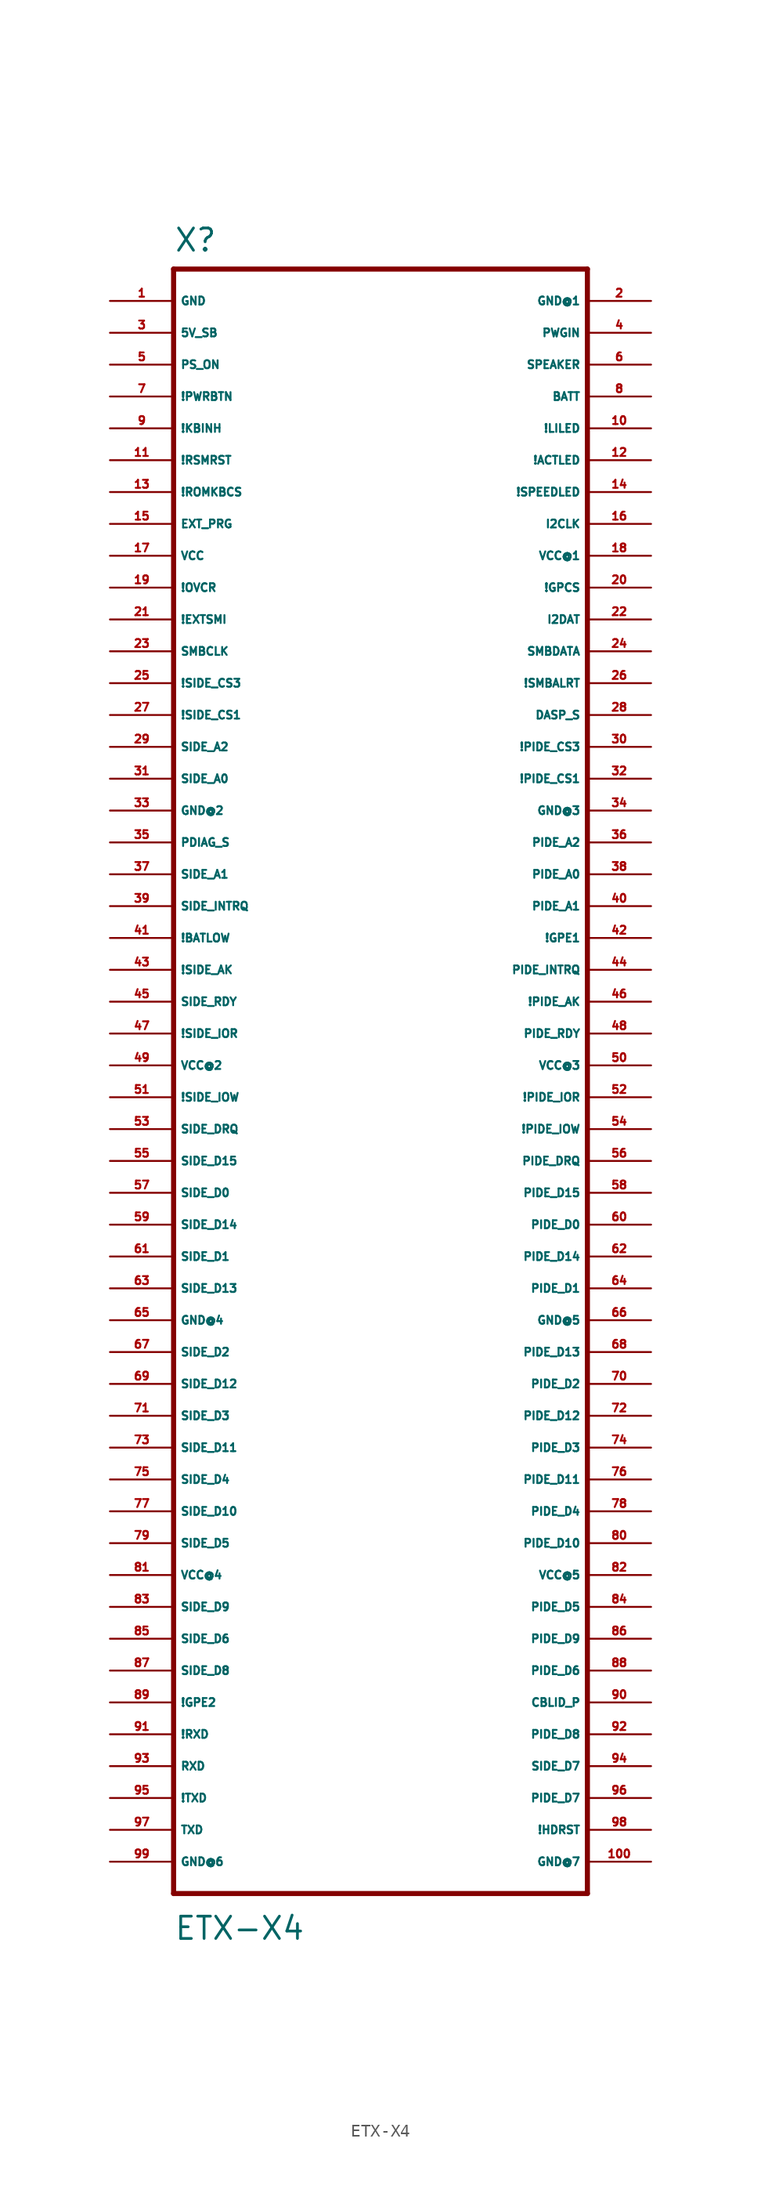
<source format=kicad_sym>
(kicad_symbol_lib
  (version 20220914)
  (generator Eagle2Kicad)
  (symbol "ETX-X4"
    (property "Reference" "X"
      (at -17.78 64.77 0)
      (effects (font (size 1.778 1.778) (thickness 0.22)) (justify left bottom)))
    (property "Value" "ETX-X4"
      (at -17.78 -69.85 0)
      (effects (font (size 1.778 1.778) (thickness 0.22)) (justify left bottom)))
    (polyline
      (pts (xy -17.78 -66.04) (xy 15.24 -66.04))
      (stroke (width 0.406) (type default))
      (fill (type none)))
    (polyline
      (pts (xy 15.24 -66.04) (xy 15.24 63.5))
      (stroke (width 0.406) (type default))
      (fill (type none)))
    (polyline
      (pts (xy 15.24 63.5) (xy -17.78 63.5))
      (stroke (width 0.406) (type default))
      (fill (type none)))
    (polyline
      (pts (xy -17.78 63.5) (xy -17.78 -66.04))
      (stroke (width 0.406) (type default))
      (fill (type none)))
    (pin unspecified line
      (at -22.86 60.96 0)
      (length 5.08)
      (name "GND" (effects (font (size 0.635 0.635) (thickness 0.08)) (justify left bottom)))
      (number "1" (effects (font (size 0.635 0.635) (thickness 0.08)) (justify left bottom))))
    (pin unspecified line
      (at 20.32 60.96 180)
      (length 5.08)
      (name "GND@1" (effects (font (size 0.635 0.635) (thickness 0.08)) (justify left bottom)))
      (number "2" (effects (font (size 0.635 0.635) (thickness 0.08)) (justify left bottom))))
    (pin bidirectional line
      (at -22.86 58.42 0)
      (length 5.08)
      (name "5V_SB" (effects (font (size 0.635 0.635) (thickness 0.08)) (justify left bottom)))
      (number "3" (effects (font (size 0.635 0.635) (thickness 0.08)) (justify left bottom))))
    (pin bidirectional line
      (at 20.32 58.42 180)
      (length 5.08)
      (name "PWGIN" (effects (font (size 0.635 0.635) (thickness 0.08)) (justify left bottom)))
      (number "4" (effects (font (size 0.635 0.635) (thickness 0.08)) (justify left bottom))))
    (pin bidirectional line
      (at -22.86 55.88 0)
      (length 5.08)
      (name "PS_ON" (effects (font (size 0.635 0.635) (thickness 0.08)) (justify left bottom)))
      (number "5" (effects (font (size 0.635 0.635) (thickness 0.08)) (justify left bottom))))
    (pin bidirectional line
      (at 20.32 55.88 180)
      (length 5.08)
      (name "SPEAKER" (effects (font (size 0.635 0.635) (thickness 0.08)) (justify left bottom)))
      (number "6" (effects (font (size 0.635 0.635) (thickness 0.08)) (justify left bottom))))
    (pin bidirectional line
      (at -22.86 53.34 0)
      (length 5.08)
      (name "!PWRBTN" (effects (font (size 0.635 0.635) (thickness 0.08)) (justify left bottom)))
      (number "7" (effects (font (size 0.635 0.635) (thickness 0.08)) (justify left bottom))))
    (pin bidirectional line
      (at 20.32 53.34 180)
      (length 5.08)
      (name "BATT" (effects (font (size 0.635 0.635) (thickness 0.08)) (justify left bottom)))
      (number "8" (effects (font (size 0.635 0.635) (thickness 0.08)) (justify left bottom))))
    (pin bidirectional line
      (at -22.86 50.8 0)
      (length 5.08)
      (name "!KBINH" (effects (font (size 0.635 0.635) (thickness 0.08)) (justify left bottom)))
      (number "9" (effects (font (size 0.635 0.635) (thickness 0.08)) (justify left bottom))))
    (pin bidirectional line
      (at 20.32 50.8 180)
      (length 5.08)
      (name "!LILED" (effects (font (size 0.635 0.635) (thickness 0.08)) (justify left bottom)))
      (number "10" (effects (font (size 0.635 0.635) (thickness 0.08)) (justify left bottom))))
    (pin bidirectional line
      (at -22.86 48.26 0)
      (length 5.08)
      (name "!RSMRST" (effects (font (size 0.635 0.635) (thickness 0.08)) (justify left bottom)))
      (number "11" (effects (font (size 0.635 0.635) (thickness 0.08)) (justify left bottom))))
    (pin bidirectional line
      (at 20.32 48.26 180)
      (length 5.08)
      (name "!ACTLED" (effects (font (size 0.635 0.635) (thickness 0.08)) (justify left bottom)))
      (number "12" (effects (font (size 0.635 0.635) (thickness 0.08)) (justify left bottom))))
    (pin bidirectional line
      (at -22.86 45.72 0)
      (length 5.08)
      (name "!ROMKBCS" (effects (font (size 0.635 0.635) (thickness 0.08)) (justify left bottom)))
      (number "13" (effects (font (size 0.635 0.635) (thickness 0.08)) (justify left bottom))))
    (pin bidirectional line
      (at 20.32 45.72 180)
      (length 5.08)
      (name "!SPEEDLED" (effects (font (size 0.635 0.635) (thickness 0.08)) (justify left bottom)))
      (number "14" (effects (font (size 0.635 0.635) (thickness 0.08)) (justify left bottom))))
    (pin bidirectional line
      (at -22.86 43.18 0)
      (length 5.08)
      (name "EXT_PRG" (effects (font (size 0.635 0.635) (thickness 0.08)) (justify left bottom)))
      (number "15" (effects (font (size 0.635 0.635) (thickness 0.08)) (justify left bottom))))
    (pin bidirectional line
      (at 20.32 43.18 180)
      (length 5.08)
      (name "I2CLK" (effects (font (size 0.635 0.635) (thickness 0.08)) (justify left bottom)))
      (number "16" (effects (font (size 0.635 0.635) (thickness 0.08)) (justify left bottom))))
    (pin unspecified line
      (at -22.86 40.64 0)
      (length 5.08)
      (name "VCC" (effects (font (size 0.635 0.635) (thickness 0.08)) (justify left bottom)))
      (number "17" (effects (font (size 0.635 0.635) (thickness 0.08)) (justify left bottom))))
    (pin unspecified line
      (at 20.32 40.64 180)
      (length 5.08)
      (name "VCC@1" (effects (font (size 0.635 0.635) (thickness 0.08)) (justify left bottom)))
      (number "18" (effects (font (size 0.635 0.635) (thickness 0.08)) (justify left bottom))))
    (pin bidirectional line
      (at -22.86 38.1 0)
      (length 5.08)
      (name "!OVCR" (effects (font (size 0.635 0.635) (thickness 0.08)) (justify left bottom)))
      (number "19" (effects (font (size 0.635 0.635) (thickness 0.08)) (justify left bottom))))
    (pin bidirectional line
      (at 20.32 38.1 180)
      (length 5.08)
      (name "!GPCS" (effects (font (size 0.635 0.635) (thickness 0.08)) (justify left bottom)))
      (number "20" (effects (font (size 0.635 0.635) (thickness 0.08)) (justify left bottom))))
    (pin bidirectional line
      (at -22.86 35.56 0)
      (length 5.08)
      (name "!EXTSMI" (effects (font (size 0.635 0.635) (thickness 0.08)) (justify left bottom)))
      (number "21" (effects (font (size 0.635 0.635) (thickness 0.08)) (justify left bottom))))
    (pin bidirectional line
      (at 20.32 35.56 180)
      (length 5.08)
      (name "I2DAT" (effects (font (size 0.635 0.635) (thickness 0.08)) (justify left bottom)))
      (number "22" (effects (font (size 0.635 0.635) (thickness 0.08)) (justify left bottom))))
    (pin bidirectional line
      (at -22.86 33.02 0)
      (length 5.08)
      (name "SMBCLK" (effects (font (size 0.635 0.635) (thickness 0.08)) (justify left bottom)))
      (number "23" (effects (font (size 0.635 0.635) (thickness 0.08)) (justify left bottom))))
    (pin bidirectional line
      (at 20.32 33.02 180)
      (length 5.08)
      (name "SMBDATA" (effects (font (size 0.635 0.635) (thickness 0.08)) (justify left bottom)))
      (number "24" (effects (font (size 0.635 0.635) (thickness 0.08)) (justify left bottom))))
    (pin bidirectional line
      (at -22.86 30.48 0)
      (length 5.08)
      (name "!SIDE_CS3" (effects (font (size 0.635 0.635) (thickness 0.08)) (justify left bottom)))
      (number "25" (effects (font (size 0.635 0.635) (thickness 0.08)) (justify left bottom))))
    (pin bidirectional line
      (at 20.32 30.48 180)
      (length 5.08)
      (name "!SMBALRT" (effects (font (size 0.635 0.635) (thickness 0.08)) (justify left bottom)))
      (number "26" (effects (font (size 0.635 0.635) (thickness 0.08)) (justify left bottom))))
    (pin bidirectional line
      (at -22.86 27.94 0)
      (length 5.08)
      (name "!SIDE_CS1" (effects (font (size 0.635 0.635) (thickness 0.08)) (justify left bottom)))
      (number "27" (effects (font (size 0.635 0.635) (thickness 0.08)) (justify left bottom))))
    (pin bidirectional line
      (at 20.32 27.94 180)
      (length 5.08)
      (name "DASP_S" (effects (font (size 0.635 0.635) (thickness 0.08)) (justify left bottom)))
      (number "28" (effects (font (size 0.635 0.635) (thickness 0.08)) (justify left bottom))))
    (pin bidirectional line
      (at -22.86 25.4 0)
      (length 5.08)
      (name "SIDE_A2" (effects (font (size 0.635 0.635) (thickness 0.08)) (justify left bottom)))
      (number "29" (effects (font (size 0.635 0.635) (thickness 0.08)) (justify left bottom))))
    (pin bidirectional line
      (at 20.32 25.4 180)
      (length 5.08)
      (name "!PIDE_CS3" (effects (font (size 0.635 0.635) (thickness 0.08)) (justify left bottom)))
      (number "30" (effects (font (size 0.635 0.635) (thickness 0.08)) (justify left bottom))))
    (pin bidirectional line
      (at -22.86 22.86 0)
      (length 5.08)
      (name "SIDE_A0" (effects (font (size 0.635 0.635) (thickness 0.08)) (justify left bottom)))
      (number "31" (effects (font (size 0.635 0.635) (thickness 0.08)) (justify left bottom))))
    (pin bidirectional line
      (at 20.32 22.86 180)
      (length 5.08)
      (name "!PIDE_CS1" (effects (font (size 0.635 0.635) (thickness 0.08)) (justify left bottom)))
      (number "32" (effects (font (size 0.635 0.635) (thickness 0.08)) (justify left bottom))))
    (pin unspecified line
      (at -22.86 20.32 0)
      (length 5.08)
      (name "GND@2" (effects (font (size 0.635 0.635) (thickness 0.08)) (justify left bottom)))
      (number "33" (effects (font (size 0.635 0.635) (thickness 0.08)) (justify left bottom))))
    (pin unspecified line
      (at 20.32 20.32 180)
      (length 5.08)
      (name "GND@3" (effects (font (size 0.635 0.635) (thickness 0.08)) (justify left bottom)))
      (number "34" (effects (font (size 0.635 0.635) (thickness 0.08)) (justify left bottom))))
    (pin bidirectional line
      (at -22.86 17.78 0)
      (length 5.08)
      (name "PDIAG_S" (effects (font (size 0.635 0.635) (thickness 0.08)) (justify left bottom)))
      (number "35" (effects (font (size 0.635 0.635) (thickness 0.08)) (justify left bottom))))
    (pin bidirectional line
      (at 20.32 17.78 180)
      (length 5.08)
      (name "PIDE_A2" (effects (font (size 0.635 0.635) (thickness 0.08)) (justify left bottom)))
      (number "36" (effects (font (size 0.635 0.635) (thickness 0.08)) (justify left bottom))))
    (pin bidirectional line
      (at -22.86 15.24 0)
      (length 5.08)
      (name "SIDE_A1" (effects (font (size 0.635 0.635) (thickness 0.08)) (justify left bottom)))
      (number "37" (effects (font (size 0.635 0.635) (thickness 0.08)) (justify left bottom))))
    (pin bidirectional line
      (at 20.32 15.24 180)
      (length 5.08)
      (name "PIDE_A0" (effects (font (size 0.635 0.635) (thickness 0.08)) (justify left bottom)))
      (number "38" (effects (font (size 0.635 0.635) (thickness 0.08)) (justify left bottom))))
    (pin bidirectional line
      (at -22.86 12.7 0)
      (length 5.08)
      (name "SIDE_INTRQ" (effects (font (size 0.635 0.635) (thickness 0.08)) (justify left bottom)))
      (number "39" (effects (font (size 0.635 0.635) (thickness 0.08)) (justify left bottom))))
    (pin bidirectional line
      (at 20.32 12.7 180)
      (length 5.08)
      (name "PIDE_A1" (effects (font (size 0.635 0.635) (thickness 0.08)) (justify left bottom)))
      (number "40" (effects (font (size 0.635 0.635) (thickness 0.08)) (justify left bottom))))
    (pin bidirectional line
      (at -22.86 10.16 0)
      (length 5.08)
      (name "!BATLOW" (effects (font (size 0.635 0.635) (thickness 0.08)) (justify left bottom)))
      (number "41" (effects (font (size 0.635 0.635) (thickness 0.08)) (justify left bottom))))
    (pin bidirectional line
      (at 20.32 10.16 180)
      (length 5.08)
      (name "!GPE1" (effects (font (size 0.635 0.635) (thickness 0.08)) (justify left bottom)))
      (number "42" (effects (font (size 0.635 0.635) (thickness 0.08)) (justify left bottom))))
    (pin bidirectional line
      (at -22.86 7.62 0)
      (length 5.08)
      (name "!SIDE_AK" (effects (font (size 0.635 0.635) (thickness 0.08)) (justify left bottom)))
      (number "43" (effects (font (size 0.635 0.635) (thickness 0.08)) (justify left bottom))))
    (pin bidirectional line
      (at 20.32 7.62 180)
      (length 5.08)
      (name "PIDE_INTRQ" (effects (font (size 0.635 0.635) (thickness 0.08)) (justify left bottom)))
      (number "44" (effects (font (size 0.635 0.635) (thickness 0.08)) (justify left bottom))))
    (pin bidirectional line
      (at -22.86 5.08 0)
      (length 5.08)
      (name "SIDE_RDY" (effects (font (size 0.635 0.635) (thickness 0.08)) (justify left bottom)))
      (number "45" (effects (font (size 0.635 0.635) (thickness 0.08)) (justify left bottom))))
    (pin bidirectional line
      (at 20.32 5.08 180)
      (length 5.08)
      (name "!PIDE_AK" (effects (font (size 0.635 0.635) (thickness 0.08)) (justify left bottom)))
      (number "46" (effects (font (size 0.635 0.635) (thickness 0.08)) (justify left bottom))))
    (pin bidirectional line
      (at -22.86 2.54 0)
      (length 5.08)
      (name "!SIDE_IOR" (effects (font (size 0.635 0.635) (thickness 0.08)) (justify left bottom)))
      (number "47" (effects (font (size 0.635 0.635) (thickness 0.08)) (justify left bottom))))
    (pin bidirectional line
      (at 20.32 2.54 180)
      (length 5.08)
      (name "PIDE_RDY" (effects (font (size 0.635 0.635) (thickness 0.08)) (justify left bottom)))
      (number "48" (effects (font (size 0.635 0.635) (thickness 0.08)) (justify left bottom))))
    (pin unspecified line
      (at -22.86 0 0)
      (length 5.08)
      (name "VCC@2" (effects (font (size 0.635 0.635) (thickness 0.08)) (justify left bottom)))
      (number "49" (effects (font (size 0.635 0.635) (thickness 0.08)) (justify left bottom))))
    (pin unspecified line
      (at 20.32 0 180)
      (length 5.08)
      (name "VCC@3" (effects (font (size 0.635 0.635) (thickness 0.08)) (justify left bottom)))
      (number "50" (effects (font (size 0.635 0.635) (thickness 0.08)) (justify left bottom))))
    (pin bidirectional line
      (at -22.86 -2.54 0)
      (length 5.08)
      (name "!SIDE_IOW" (effects (font (size 0.635 0.635) (thickness 0.08)) (justify left bottom)))
      (number "51" (effects (font (size 0.635 0.635) (thickness 0.08)) (justify left bottom))))
    (pin bidirectional line
      (at 20.32 -2.54 180)
      (length 5.08)
      (name "!PIDE_IOR" (effects (font (size 0.635 0.635) (thickness 0.08)) (justify left bottom)))
      (number "52" (effects (font (size 0.635 0.635) (thickness 0.08)) (justify left bottom))))
    (pin bidirectional line
      (at -22.86 -5.08 0)
      (length 5.08)
      (name "SIDE_DRQ" (effects (font (size 0.635 0.635) (thickness 0.08)) (justify left bottom)))
      (number "53" (effects (font (size 0.635 0.635) (thickness 0.08)) (justify left bottom))))
    (pin bidirectional line
      (at 20.32 -5.08 180)
      (length 5.08)
      (name "!PIDE_IOW" (effects (font (size 0.635 0.635) (thickness 0.08)) (justify left bottom)))
      (number "54" (effects (font (size 0.635 0.635) (thickness 0.08)) (justify left bottom))))
    (pin bidirectional line
      (at -22.86 -7.62 0)
      (length 5.08)
      (name "SIDE_D15" (effects (font (size 0.635 0.635) (thickness 0.08)) (justify left bottom)))
      (number "55" (effects (font (size 0.635 0.635) (thickness 0.08)) (justify left bottom))))
    (pin bidirectional line
      (at 20.32 -7.62 180)
      (length 5.08)
      (name "PIDE_DRQ" (effects (font (size 0.635 0.635) (thickness 0.08)) (justify left bottom)))
      (number "56" (effects (font (size 0.635 0.635) (thickness 0.08)) (justify left bottom))))
    (pin bidirectional line
      (at -22.86 -10.16 0)
      (length 5.08)
      (name "SIDE_D0" (effects (font (size 0.635 0.635) (thickness 0.08)) (justify left bottom)))
      (number "57" (effects (font (size 0.635 0.635) (thickness 0.08)) (justify left bottom))))
    (pin bidirectional line
      (at 20.32 -10.16 180)
      (length 5.08)
      (name "PIDE_D15" (effects (font (size 0.635 0.635) (thickness 0.08)) (justify left bottom)))
      (number "58" (effects (font (size 0.635 0.635) (thickness 0.08)) (justify left bottom))))
    (pin bidirectional line
      (at -22.86 -12.7 0)
      (length 5.08)
      (name "SIDE_D14" (effects (font (size 0.635 0.635) (thickness 0.08)) (justify left bottom)))
      (number "59" (effects (font (size 0.635 0.635) (thickness 0.08)) (justify left bottom))))
    (pin bidirectional line
      (at 20.32 -12.7 180)
      (length 5.08)
      (name "PIDE_D0" (effects (font (size 0.635 0.635) (thickness 0.08)) (justify left bottom)))
      (number "60" (effects (font (size 0.635 0.635) (thickness 0.08)) (justify left bottom))))
    (pin bidirectional line
      (at -22.86 -15.24 0)
      (length 5.08)
      (name "SIDE_D1" (effects (font (size 0.635 0.635) (thickness 0.08)) (justify left bottom)))
      (number "61" (effects (font (size 0.635 0.635) (thickness 0.08)) (justify left bottom))))
    (pin bidirectional line
      (at 20.32 -15.24 180)
      (length 5.08)
      (name "PIDE_D14" (effects (font (size 0.635 0.635) (thickness 0.08)) (justify left bottom)))
      (number "62" (effects (font (size 0.635 0.635) (thickness 0.08)) (justify left bottom))))
    (pin bidirectional line
      (at -22.86 -17.78 0)
      (length 5.08)
      (name "SIDE_D13" (effects (font (size 0.635 0.635) (thickness 0.08)) (justify left bottom)))
      (number "63" (effects (font (size 0.635 0.635) (thickness 0.08)) (justify left bottom))))
    (pin bidirectional line
      (at 20.32 -17.78 180)
      (length 5.08)
      (name "PIDE_D1" (effects (font (size 0.635 0.635) (thickness 0.08)) (justify left bottom)))
      (number "64" (effects (font (size 0.635 0.635) (thickness 0.08)) (justify left bottom))))
    (pin unspecified line
      (at -22.86 -20.32 0)
      (length 5.08)
      (name "GND@4" (effects (font (size 0.635 0.635) (thickness 0.08)) (justify left bottom)))
      (number "65" (effects (font (size 0.635 0.635) (thickness 0.08)) (justify left bottom))))
    (pin unspecified line
      (at 20.32 -20.32 180)
      (length 5.08)
      (name "GND@5" (effects (font (size 0.635 0.635) (thickness 0.08)) (justify left bottom)))
      (number "66" (effects (font (size 0.635 0.635) (thickness 0.08)) (justify left bottom))))
    (pin bidirectional line
      (at -22.86 -22.86 0)
      (length 5.08)
      (name "SIDE_D2" (effects (font (size 0.635 0.635) (thickness 0.08)) (justify left bottom)))
      (number "67" (effects (font (size 0.635 0.635) (thickness 0.08)) (justify left bottom))))
    (pin bidirectional line
      (at 20.32 -22.86 180)
      (length 5.08)
      (name "PIDE_D13" (effects (font (size 0.635 0.635) (thickness 0.08)) (justify left bottom)))
      (number "68" (effects (font (size 0.635 0.635) (thickness 0.08)) (justify left bottom))))
    (pin bidirectional line
      (at -22.86 -25.4 0)
      (length 5.08)
      (name "SIDE_D12" (effects (font (size 0.635 0.635) (thickness 0.08)) (justify left bottom)))
      (number "69" (effects (font (size 0.635 0.635) (thickness 0.08)) (justify left bottom))))
    (pin bidirectional line
      (at 20.32 -25.4 180)
      (length 5.08)
      (name "PIDE_D2" (effects (font (size 0.635 0.635) (thickness 0.08)) (justify left bottom)))
      (number "70" (effects (font (size 0.635 0.635) (thickness 0.08)) (justify left bottom))))
    (pin bidirectional line
      (at -22.86 -27.94 0)
      (length 5.08)
      (name "SIDE_D3" (effects (font (size 0.635 0.635) (thickness 0.08)) (justify left bottom)))
      (number "71" (effects (font (size 0.635 0.635) (thickness 0.08)) (justify left bottom))))
    (pin bidirectional line
      (at 20.32 -27.94 180)
      (length 5.08)
      (name "PIDE_D12" (effects (font (size 0.635 0.635) (thickness 0.08)) (justify left bottom)))
      (number "72" (effects (font (size 0.635 0.635) (thickness 0.08)) (justify left bottom))))
    (pin bidirectional line
      (at -22.86 -30.48 0)
      (length 5.08)
      (name "SIDE_D11" (effects (font (size 0.635 0.635) (thickness 0.08)) (justify left bottom)))
      (number "73" (effects (font (size 0.635 0.635) (thickness 0.08)) (justify left bottom))))
    (pin bidirectional line
      (at 20.32 -30.48 180)
      (length 5.08)
      (name "PIDE_D3" (effects (font (size 0.635 0.635) (thickness 0.08)) (justify left bottom)))
      (number "74" (effects (font (size 0.635 0.635) (thickness 0.08)) (justify left bottom))))
    (pin bidirectional line
      (at -22.86 -33.02 0)
      (length 5.08)
      (name "SIDE_D4" (effects (font (size 0.635 0.635) (thickness 0.08)) (justify left bottom)))
      (number "75" (effects (font (size 0.635 0.635) (thickness 0.08)) (justify left bottom))))
    (pin bidirectional line
      (at 20.32 -33.02 180)
      (length 5.08)
      (name "PIDE_D11" (effects (font (size 0.635 0.635) (thickness 0.08)) (justify left bottom)))
      (number "76" (effects (font (size 0.635 0.635) (thickness 0.08)) (justify left bottom))))
    (pin bidirectional line
      (at -22.86 -35.56 0)
      (length 5.08)
      (name "SIDE_D10" (effects (font (size 0.635 0.635) (thickness 0.08)) (justify left bottom)))
      (number "77" (effects (font (size 0.635 0.635) (thickness 0.08)) (justify left bottom))))
    (pin bidirectional line
      (at 20.32 -35.56 180)
      (length 5.08)
      (name "PIDE_D4" (effects (font (size 0.635 0.635) (thickness 0.08)) (justify left bottom)))
      (number "78" (effects (font (size 0.635 0.635) (thickness 0.08)) (justify left bottom))))
    (pin bidirectional line
      (at -22.86 -38.1 0)
      (length 5.08)
      (name "SIDE_D5" (effects (font (size 0.635 0.635) (thickness 0.08)) (justify left bottom)))
      (number "79" (effects (font (size 0.635 0.635) (thickness 0.08)) (justify left bottom))))
    (pin bidirectional line
      (at 20.32 -38.1 180)
      (length 5.08)
      (name "PIDE_D10" (effects (font (size 0.635 0.635) (thickness 0.08)) (justify left bottom)))
      (number "80" (effects (font (size 0.635 0.635) (thickness 0.08)) (justify left bottom))))
    (pin unspecified line
      (at -22.86 -40.64 0)
      (length 5.08)
      (name "VCC@4" (effects (font (size 0.635 0.635) (thickness 0.08)) (justify left bottom)))
      (number "81" (effects (font (size 0.635 0.635) (thickness 0.08)) (justify left bottom))))
    (pin unspecified line
      (at 20.32 -40.64 180)
      (length 5.08)
      (name "VCC@5" (effects (font (size 0.635 0.635) (thickness 0.08)) (justify left bottom)))
      (number "82" (effects (font (size 0.635 0.635) (thickness 0.08)) (justify left bottom))))
    (pin bidirectional line
      (at -22.86 -43.18 0)
      (length 5.08)
      (name "SIDE_D9" (effects (font (size 0.635 0.635) (thickness 0.08)) (justify left bottom)))
      (number "83" (effects (font (size 0.635 0.635) (thickness 0.08)) (justify left bottom))))
    (pin bidirectional line
      (at 20.32 -43.18 180)
      (length 5.08)
      (name "PIDE_D5" (effects (font (size 0.635 0.635) (thickness 0.08)) (justify left bottom)))
      (number "84" (effects (font (size 0.635 0.635) (thickness 0.08)) (justify left bottom))))
    (pin bidirectional line
      (at -22.86 -45.72 0)
      (length 5.08)
      (name "SIDE_D6" (effects (font (size 0.635 0.635) (thickness 0.08)) (justify left bottom)))
      (number "85" (effects (font (size 0.635 0.635) (thickness 0.08)) (justify left bottom))))
    (pin bidirectional line
      (at 20.32 -45.72 180)
      (length 5.08)
      (name "PIDE_D9" (effects (font (size 0.635 0.635) (thickness 0.08)) (justify left bottom)))
      (number "86" (effects (font (size 0.635 0.635) (thickness 0.08)) (justify left bottom))))
    (pin bidirectional line
      (at -22.86 -48.26 0)
      (length 5.08)
      (name "SIDE_D8" (effects (font (size 0.635 0.635) (thickness 0.08)) (justify left bottom)))
      (number "87" (effects (font (size 0.635 0.635) (thickness 0.08)) (justify left bottom))))
    (pin bidirectional line
      (at 20.32 -48.26 180)
      (length 5.08)
      (name "PIDE_D6" (effects (font (size 0.635 0.635) (thickness 0.08)) (justify left bottom)))
      (number "88" (effects (font (size 0.635 0.635) (thickness 0.08)) (justify left bottom))))
    (pin bidirectional line
      (at -22.86 -50.8 0)
      (length 5.08)
      (name "!GPE2" (effects (font (size 0.635 0.635) (thickness 0.08)) (justify left bottom)))
      (number "89" (effects (font (size 0.635 0.635) (thickness 0.08)) (justify left bottom))))
    (pin bidirectional line
      (at 20.32 -50.8 180)
      (length 5.08)
      (name "CBLID_P" (effects (font (size 0.635 0.635) (thickness 0.08)) (justify left bottom)))
      (number "90" (effects (font (size 0.635 0.635) (thickness 0.08)) (justify left bottom))))
    (pin bidirectional line
      (at -22.86 -53.34 0)
      (length 5.08)
      (name "!RXD" (effects (font (size 0.635 0.635) (thickness 0.08)) (justify left bottom)))
      (number "91" (effects (font (size 0.635 0.635) (thickness 0.08)) (justify left bottom))))
    (pin bidirectional line
      (at 20.32 -53.34 180)
      (length 5.08)
      (name "PIDE_D8" (effects (font (size 0.635 0.635) (thickness 0.08)) (justify left bottom)))
      (number "92" (effects (font (size 0.635 0.635) (thickness 0.08)) (justify left bottom))))
    (pin bidirectional line
      (at -22.86 -55.88 0)
      (length 5.08)
      (name "RXD" (effects (font (size 0.635 0.635) (thickness 0.08)) (justify left bottom)))
      (number "93" (effects (font (size 0.635 0.635) (thickness 0.08)) (justify left bottom))))
    (pin bidirectional line
      (at 20.32 -55.88 180)
      (length 5.08)
      (name "SIDE_D7" (effects (font (size 0.635 0.635) (thickness 0.08)) (justify left bottom)))
      (number "94" (effects (font (size 0.635 0.635) (thickness 0.08)) (justify left bottom))))
    (pin bidirectional line
      (at -22.86 -58.42 0)
      (length 5.08)
      (name "!TXD" (effects (font (size 0.635 0.635) (thickness 0.08)) (justify left bottom)))
      (number "95" (effects (font (size 0.635 0.635) (thickness 0.08)) (justify left bottom))))
    (pin bidirectional line
      (at 20.32 -58.42 180)
      (length 5.08)
      (name "PIDE_D7" (effects (font (size 0.635 0.635) (thickness 0.08)) (justify left bottom)))
      (number "96" (effects (font (size 0.635 0.635) (thickness 0.08)) (justify left bottom))))
    (pin bidirectional line
      (at -22.86 -60.96 0)
      (length 5.08)
      (name "TXD" (effects (font (size 0.635 0.635) (thickness 0.08)) (justify left bottom)))
      (number "97" (effects (font (size 0.635 0.635) (thickness 0.08)) (justify left bottom))))
    (pin bidirectional line
      (at 20.32 -60.96 180)
      (length 5.08)
      (name "!HDRST" (effects (font (size 0.635 0.635) (thickness 0.08)) (justify left bottom)))
      (number "98" (effects (font (size 0.635 0.635) (thickness 0.08)) (justify left bottom))))
    (pin unspecified line
      (at -22.86 -63.5 0)
      (length 5.08)
      (name "GND@6" (effects (font (size 0.635 0.635) (thickness 0.08)) (justify left bottom)))
      (number "99" (effects (font (size 0.635 0.635) (thickness 0.08)) (justify left bottom))))
    (pin unspecified line
      (at 20.32 -63.5 180)
      (length 5.08)
      (name "GND@7" (effects (font (size 0.635 0.635) (thickness 0.08)) (justify left bottom)))
      (number "100" (effects (font (size 0.635 0.635) (thickness 0.08)) (justify left bottom))))))
</source>
